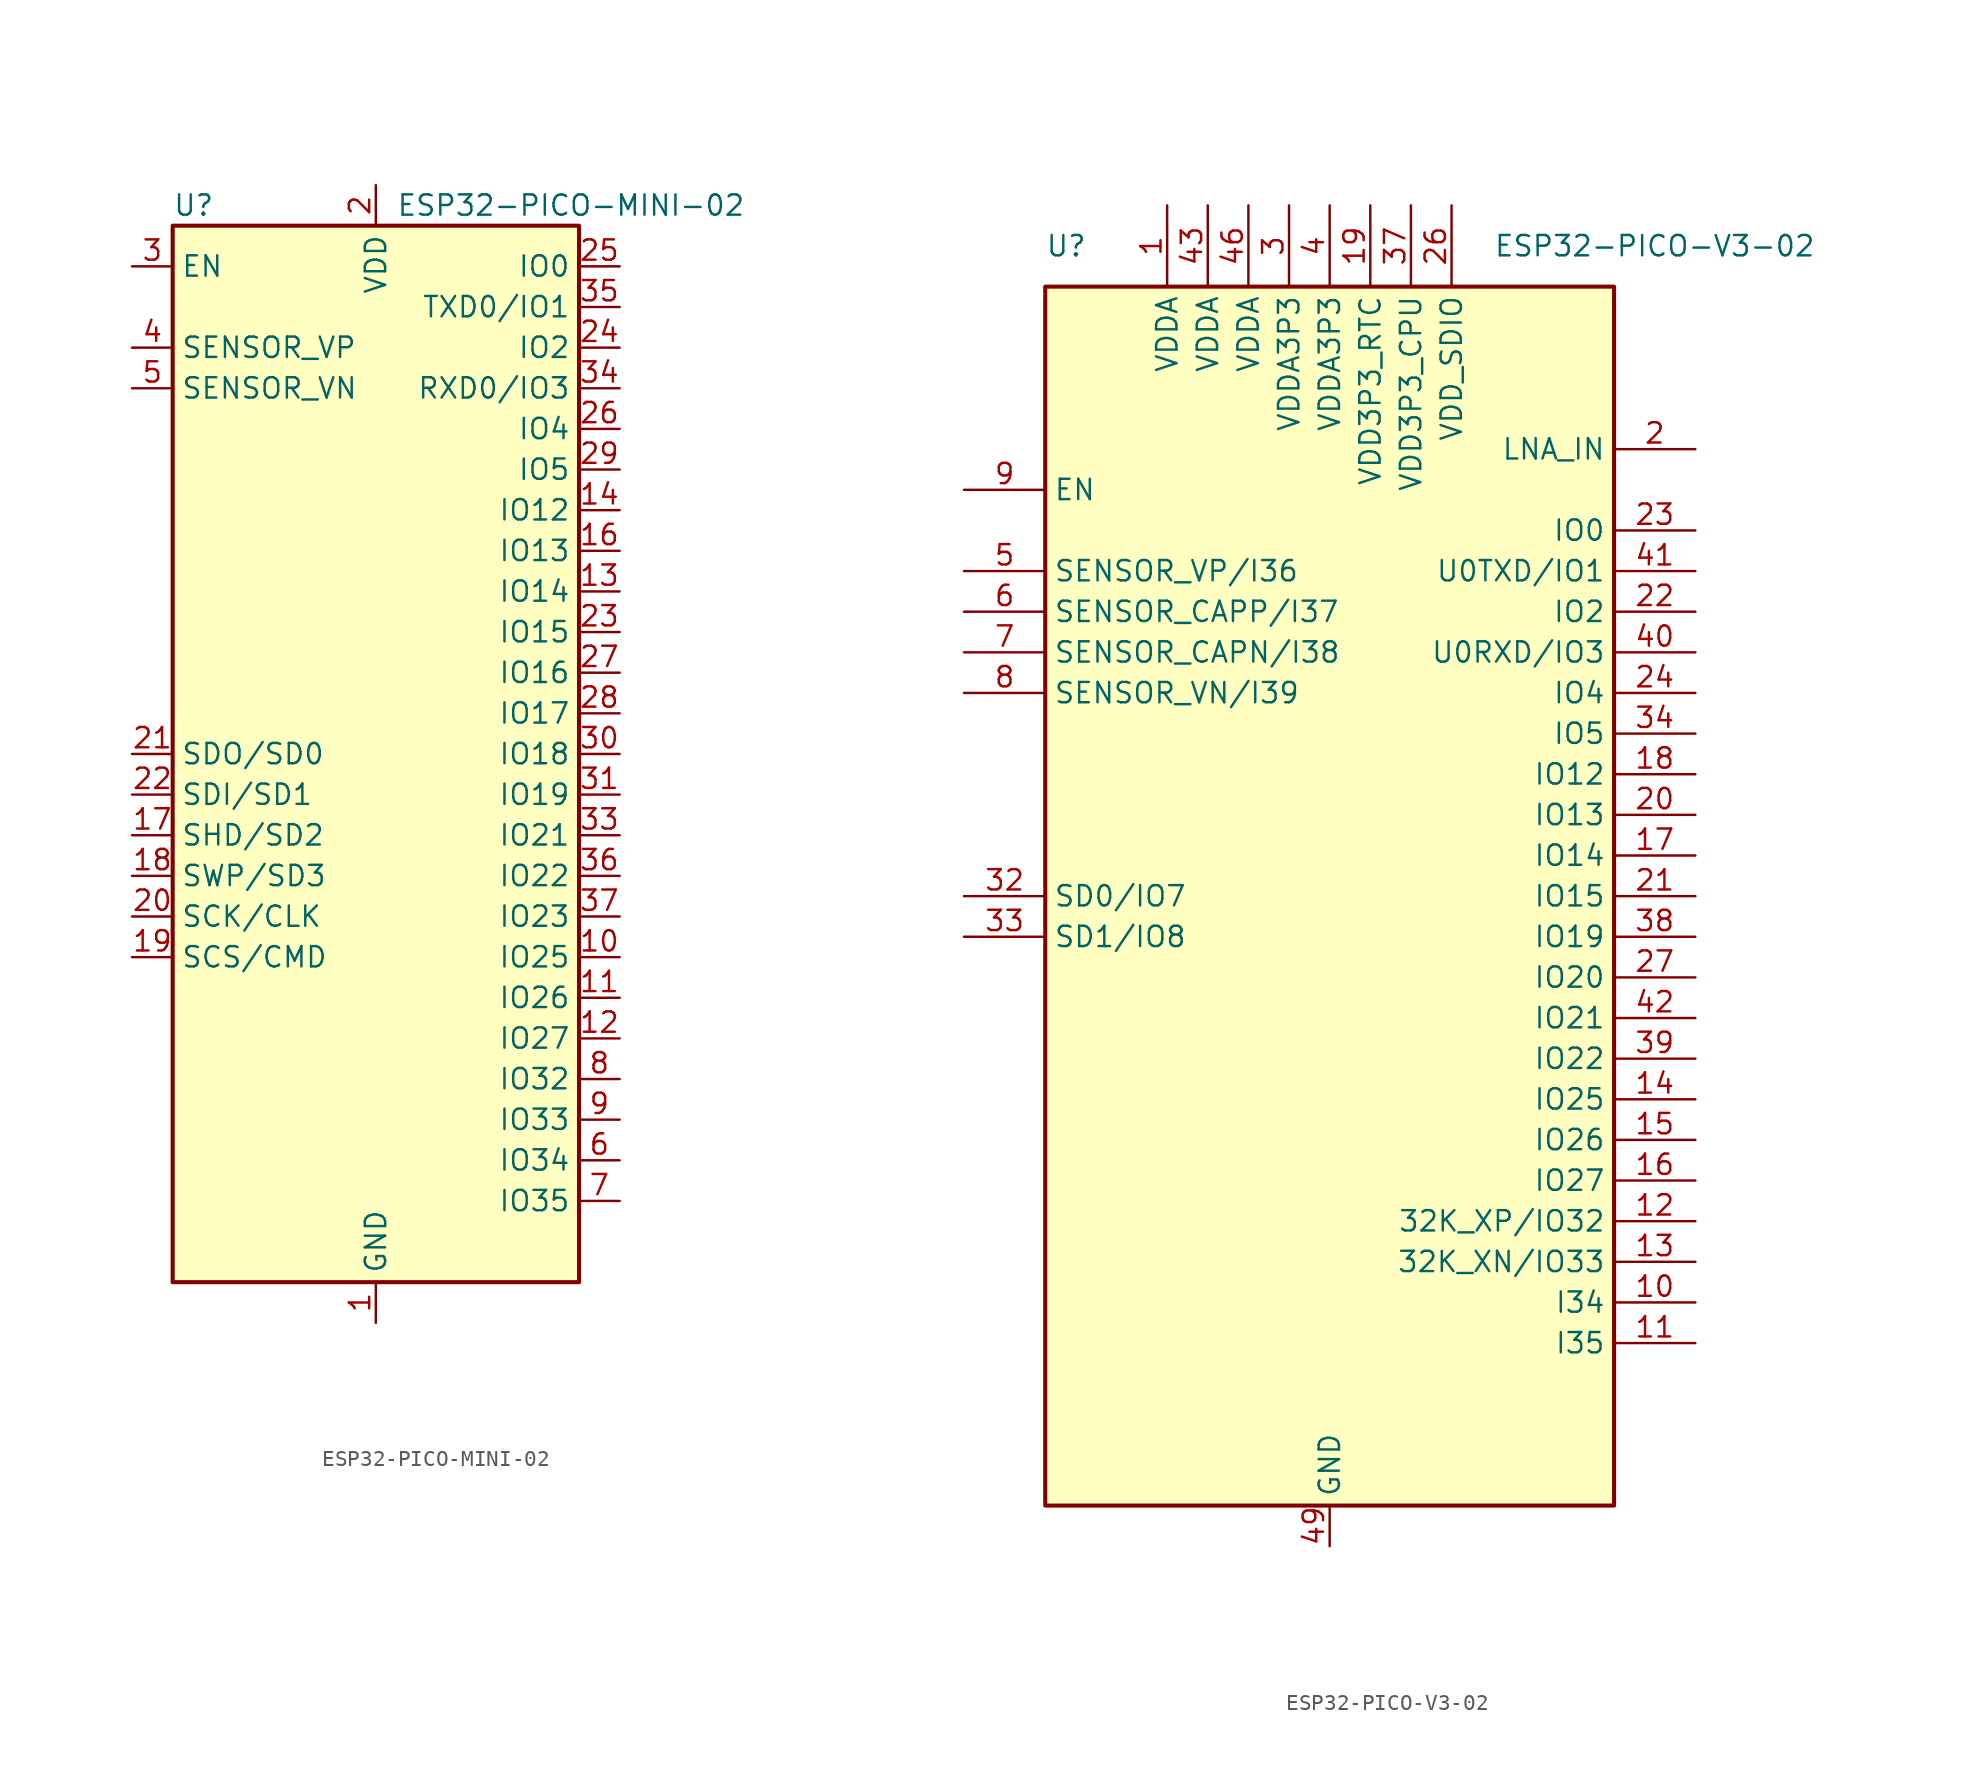
<source format=kicad_sym>
(kicad_symbol_lib
  (version 20201005)
  (generator kicad_symbol_editor)
  (symbol "RF_Module_U:ESP32-PICO-MINI-02"
    (property "Reference" "U"
      (at -12.7 34.29 0)
      (effects (font (size 1.27 1.27)) (justify left)))
    (property "Value" "ESP32-PICO-MINI-02"
      (at 1.27 34.29 0)
      (effects (font (size 1.27 1.27)) (justify left)))
    (symbol "ESP32-PICO-MINI-02_0_1"
      (rectangle (start -12.7 33.02) (end 12.7 -33.02) (stroke (width 0.254)) (fill (type background))))
    (symbol "ESP32-PICO-MINI-02_1_1"
      (pin power_in line (at 0 -35.56 90) (length 2.54) (name "GND" (effects (font (size 1.27 1.27)))) (number "1" (effects (font (size 1.27 1.27)))))
      (pin bidirectional line (at 15.24 -12.7 180) (length 2.54) (name "IO25" (effects (font (size 1.27 1.27)))) (number "10" (effects (font (size 1.27 1.27)))))
      (pin bidirectional line (at 15.24 -15.24 180) (length 2.54) (name "IO26" (effects (font (size 1.27 1.27)))) (number "11" (effects (font (size 1.27 1.27)))))
      (pin bidirectional line (at 15.24 -17.78 180) (length 2.54) (name "IO27" (effects (font (size 1.27 1.27)))) (number "12" (effects (font (size 1.27 1.27)))))
      (pin bidirectional line (at 15.24 10.16 180) (length 2.54) (name "IO14" (effects (font (size 1.27 1.27)))) (number "13" (effects (font (size 1.27 1.27)))))
      (pin bidirectional line (at 15.24 15.24 180) (length 2.54) (name "IO12" (effects (font (size 1.27 1.27)))) (number "14" (effects (font (size 1.27 1.27)))))
      (pin passive line (at 0 -35.56 90) (length 2.54) hide (name "GND" (effects (font (size 1.27 1.27)))) (number "15" (effects (font (size 1.27 1.27)))))
      (pin bidirectional line (at 15.24 12.7 180) (length 2.54) (name "IO13" (effects (font (size 1.27 1.27)))) (number "16" (effects (font (size 1.27 1.27)))))
      (pin bidirectional line (at -15.24 -5.08 0) (length 2.54) (name "SHD/SD2" (effects (font (size 1.27 1.27)))) (number "17" (effects (font (size 1.27 1.27)))))
      (pin bidirectional line (at -15.24 -7.62 0) (length 2.54) (name "SWP/SD3" (effects (font (size 1.27 1.27)))) (number "18" (effects (font (size 1.27 1.27)))))
      (pin bidirectional line (at -15.24 -12.7 0) (length 2.54) (name "SCS/CMD" (effects (font (size 1.27 1.27)))) (number "19" (effects (font (size 1.27 1.27)))))
      (pin power_in line (at 0 35.56 270) (length 2.54) (name "VDD" (effects (font (size 1.27 1.27)))) (number "2" (effects (font (size 1.27 1.27)))))
      (pin bidirectional line (at -15.24 -10.16 0) (length 2.54) (name "SCK/CLK" (effects (font (size 1.27 1.27)))) (number "20" (effects (font (size 1.27 1.27)))))
      (pin bidirectional line (at -15.24 0 0) (length 2.54) (name "SDO/SD0" (effects (font (size 1.27 1.27)))) (number "21" (effects (font (size 1.27 1.27)))))
      (pin bidirectional line (at -15.24 -2.54 0) (length 2.54) (name "SDI/SD1" (effects (font (size 1.27 1.27)))) (number "22" (effects (font (size 1.27 1.27)))))
      (pin bidirectional line (at 15.24 7.62 180) (length 2.54) (name "IO15" (effects (font (size 1.27 1.27)))) (number "23" (effects (font (size 1.27 1.27)))))
      (pin bidirectional line (at 15.24 25.4 180) (length 2.54) (name "IO2" (effects (font (size 1.27 1.27)))) (number "24" (effects (font (size 1.27 1.27)))))
      (pin bidirectional line (at 15.24 30.48 180) (length 2.54) (name "IO0" (effects (font (size 1.27 1.27)))) (number "25" (effects (font (size 1.27 1.27)))))
      (pin bidirectional line (at 15.24 20.32 180) (length 2.54) (name "IO4" (effects (font (size 1.27 1.27)))) (number "26" (effects (font (size 1.27 1.27)))))
      (pin bidirectional line (at 15.24 5.08 180) (length 2.54) (name "IO16" (effects (font (size 1.27 1.27)))) (number "27" (effects (font (size 1.27 1.27)))))
      (pin bidirectional line (at 15.24 2.54 180) (length 2.54) (name "IO17" (effects (font (size 1.27 1.27)))) (number "28" (effects (font (size 1.27 1.27)))))
      (pin bidirectional line (at 15.24 17.78 180) (length 2.54) (name "IO5" (effects (font (size 1.27 1.27)))) (number "29" (effects (font (size 1.27 1.27)))))
      (pin input line (at -15.24 30.48 0) (length 2.54) (name "EN" (effects (font (size 1.27 1.27)))) (number "3" (effects (font (size 1.27 1.27)))))
      (pin bidirectional line (at 15.24 0 180) (length 2.54) (name "IO18" (effects (font (size 1.27 1.27)))) (number "30" (effects (font (size 1.27 1.27)))))
      (pin bidirectional line (at 15.24 -2.54 180) (length 2.54) (name "IO19" (effects (font (size 1.27 1.27)))) (number "31" (effects (font (size 1.27 1.27)))))
      (pin no_connect line (at -12.7 -27.94 0) (length 2.54) hide (name "NC" (effects (font (size 1.27 1.27)))) (number "32" (effects (font (size 1.27 1.27)))))
      (pin bidirectional line (at 15.24 -5.08 180) (length 2.54) (name "IO21" (effects (font (size 1.27 1.27)))) (number "33" (effects (font (size 1.27 1.27)))))
      (pin bidirectional line (at 15.24 22.86 180) (length 2.54) (name "RXD0/IO3" (effects (font (size 1.27 1.27)))) (number "34" (effects (font (size 1.27 1.27)))))
      (pin bidirectional line (at 15.24 27.94 180) (length 2.54) (name "TXD0/IO1" (effects (font (size 1.27 1.27)))) (number "35" (effects (font (size 1.27 1.27)))))
      (pin bidirectional line (at 15.24 -7.62 180) (length 2.54) (name "IO22" (effects (font (size 1.27 1.27)))) (number "36" (effects (font (size 1.27 1.27)))))
      (pin bidirectional line (at 15.24 -10.16 180) (length 2.54) (name "IO23" (effects (font (size 1.27 1.27)))) (number "37" (effects (font (size 1.27 1.27)))))
      (pin passive line (at 0 -35.56 90) (length 2.54) hide (name "GND" (effects (font (size 1.27 1.27)))) (number "38" (effects (font (size 1.27 1.27)))))
      (pin passive line (at 0 -35.56 90) (length 2.54) hide (name "GND" (effects (font (size 1.27 1.27)))) (number "39" (effects (font (size 1.27 1.27)))))
      (pin input line (at -15.24 25.4 0) (length 2.54) (name "SENSOR_VP" (effects (font (size 1.27 1.27)))) (number "4" (effects (font (size 1.27 1.27)))))
      (pin input line (at -15.24 22.86 0) (length 2.54) (name "SENSOR_VN" (effects (font (size 1.27 1.27)))) (number "5" (effects (font (size 1.27 1.27)))))
      (pin input line (at 15.24 -25.4 180) (length 2.54) (name "IO34" (effects (font (size 1.27 1.27)))) (number "6" (effects (font (size 1.27 1.27)))))
      (pin input line (at 15.24 -27.94 180) (length 2.54) (name "IO35" (effects (font (size 1.27 1.27)))) (number "7" (effects (font (size 1.27 1.27)))))
      (pin bidirectional line (at 15.24 -20.32 180) (length 2.54) (name "IO32" (effects (font (size 1.27 1.27)))) (number "8" (effects (font (size 1.27 1.27)))))
      (pin bidirectional line (at 15.24 -22.86 180) (length 2.54) (name "IO33" (effects (font (size 1.27 1.27)))) (number "9" (effects (font (size 1.27 1.27)))))))
  (symbol "RF_Module_U:ESP32-PICO-V3-02"
    (property "Reference" "U"
      (at -17.78 40.64 0)
      (effects (font (size 1.27 1.27)) (justify left)))
    (property "Value" "ESP32-PICO-V3-02"
      (at 20.32 40.64 0)
      (effects (font (size 1.27 1.27))))
    (symbol "ESP32-PICO-V3-02_0_0"
      (pin power_in line (at -10.16 43.18 270) (length 5.08) (name "VDDA" (effects (font (size 1.27 1.27)))) (number "1" (effects (font (size 1.27 1.27)))))
      (pin input line (at 22.86 -25.4 180) (length 5.08) (name "I34" (effects (font (size 1.27 1.27)))) (number "10" (effects (font (size 1.27 1.27)))))
      (pin input line (at 22.86 -27.94 180) (length 5.08) (name "I35" (effects (font (size 1.27 1.27)))) (number "11" (effects (font (size 1.27 1.27)))))
      (pin bidirectional line (at 22.86 -20.32 180) (length 5.08) (name "32K_XP/IO32" (effects (font (size 1.27 1.27)))) (number "12" (effects (font (size 1.27 1.27)))))
      (pin bidirectional line (at 22.86 -22.86 180) (length 5.08) (name "32K_XN/IO33" (effects (font (size 1.27 1.27)))) (number "13" (effects (font (size 1.27 1.27)))))
      (pin bidirectional line (at 22.86 -12.7 180) (length 5.08) (name "IO25" (effects (font (size 1.27 1.27)))) (number "14" (effects (font (size 1.27 1.27)))))
      (pin bidirectional line (at 22.86 -15.24 180) (length 5.08) (name "IO26" (effects (font (size 1.27 1.27)))) (number "15" (effects (font (size 1.27 1.27)))))
      (pin bidirectional line (at 22.86 -17.78 180) (length 5.08) (name "IO27" (effects (font (size 1.27 1.27)))) (number "16" (effects (font (size 1.27 1.27)))))
      (pin bidirectional line (at 22.86 2.54 180) (length 5.08) (name "IO14" (effects (font (size 1.27 1.27)))) (number "17" (effects (font (size 1.27 1.27)))))
      (pin bidirectional line (at 22.86 7.62 180) (length 5.08) (name "IO12" (effects (font (size 1.27 1.27)))) (number "18" (effects (font (size 1.27 1.27)))))
      (pin power_in line (at 2.54 43.18 270) (length 5.08) (name "VDD3P3_RTC" (effects (font (size 1.27 1.27)))) (number "19" (effects (font (size 1.27 1.27)))))
      (pin bidirectional line (at 22.86 27.94 180) (length 5.08) (name "LNA_IN" (effects (font (size 1.27 1.27)))) (number "2" (effects (font (size 1.27 1.27)))))
      (pin bidirectional line (at 22.86 5.08 180) (length 5.08) (name "IO13" (effects (font (size 1.27 1.27)))) (number "20" (effects (font (size 1.27 1.27)))))
      (pin bidirectional line (at 22.86 0 180) (length 5.08) (name "IO15" (effects (font (size 1.27 1.27)))) (number "21" (effects (font (size 1.27 1.27)))))
      (pin bidirectional line (at 22.86 17.78 180) (length 5.08) (name "IO2" (effects (font (size 1.27 1.27)))) (number "22" (effects (font (size 1.27 1.27)))))
      (pin bidirectional line (at 22.86 22.86 180) (length 5.08) (name "IO0" (effects (font (size 1.27 1.27)))) (number "23" (effects (font (size 1.27 1.27)))))
      (pin bidirectional line (at 22.86 12.7 180) (length 5.08) (name "IO4" (effects (font (size 1.27 1.27)))) (number "24" (effects (font (size 1.27 1.27)))))
      (pin no_connect line (at -17.78 -17.78 0) (length 5.08) hide (name "NC" (effects (font (size 1.27 1.27)))) (number "25" (effects (font (size 1.27 1.27)))))
      (pin power_out line (at 7.62 43.18 270) (length 5.08) (name "VDD_SDIO" (effects (font (size 1.27 1.27)))) (number "26" (effects (font (size 1.27 1.27)))))
      (pin bidirectional line (at 22.86 -5.08 180) (length 5.08) (name "IO20" (effects (font (size 1.27 1.27)))) (number "27" (effects (font (size 1.27 1.27)))))
      (pin no_connect line (at -17.78 -10.16 0) (length 5.08) hide (name "SD2/IO9" (effects (font (size 1.27 1.27)))) (number "28" (effects (font (size 1.27 1.27)))))
      (pin no_connect line (at -17.78 -12.7 0) (length 5.08) hide (name "SD3/IO10" (effects (font (size 1.27 1.27)))) (number "29" (effects (font (size 1.27 1.27)))))
      (pin power_in line (at -2.54 43.18 270) (length 5.08) (name "VDDA3P3" (effects (font (size 1.27 1.27)))) (number "3" (effects (font (size 1.27 1.27)))))
      (pin no_connect line (at -17.78 -7.62 0) (length 5.08) hide (name "CMD/IO11" (effects (font (size 1.27 1.27)))) (number "30" (effects (font (size 1.27 1.27)))))
      (pin no_connect line (at -17.78 -5.08 0) (length 5.08) hide (name "CLK/IO6" (effects (font (size 1.27 1.27)))) (number "31" (effects (font (size 1.27 1.27)))))
      (pin bidirectional line (at -22.86 0 0) (length 5.08) (name "SD0/IO7" (effects (font (size 1.27 1.27)))) (number "32" (effects (font (size 1.27 1.27)))))
      (pin bidirectional line (at -22.86 -2.54 0) (length 5.08) (name "SD1/IO8" (effects (font (size 1.27 1.27)))) (number "33" (effects (font (size 1.27 1.27)))))
      (pin bidirectional line (at 22.86 10.16 180) (length 5.08) (name "IO5" (effects (font (size 1.27 1.27)))) (number "34" (effects (font (size 1.27 1.27)))))
      (pin no_connect line (at -17.78 -20.32 0) (length 5.08) hide (name "NC" (effects (font (size 1.27 1.27)))) (number "35" (effects (font (size 1.27 1.27)))))
      (pin no_connect line (at -17.78 -22.86 0) (length 5.08) hide (name "NC" (effects (font (size 1.27 1.27)))) (number "36" (effects (font (size 1.27 1.27)))))
      (pin power_in line (at 5.08 43.18 270) (length 5.08) (name "VDD3P3_CPU" (effects (font (size 1.27 1.27)))) (number "37" (effects (font (size 1.27 1.27)))))
      (pin bidirectional line (at 22.86 -2.54 180) (length 5.08) (name "IO19" (effects (font (size 1.27 1.27)))) (number "38" (effects (font (size 1.27 1.27)))))
      (pin bidirectional line (at 22.86 -10.16 180) (length 5.08) (name "IO22" (effects (font (size 1.27 1.27)))) (number "39" (effects (font (size 1.27 1.27)))))
      (pin passive line (at 0 43.18 270) (length 5.08) (name "VDDA3P3" (effects (font (size 1.27 1.27)))) (number "4" (effects (font (size 1.27 1.27)))))
      (pin bidirectional line (at 22.86 15.24 180) (length 5.08) (name "U0RXD/IO3" (effects (font (size 1.27 1.27)))) (number "40" (effects (font (size 1.27 1.27)))))
      (pin bidirectional line (at 22.86 20.32 180) (length 5.08) (name "U0TXD/IO1" (effects (font (size 1.27 1.27)))) (number "41" (effects (font (size 1.27 1.27)))))
      (pin bidirectional line (at 22.86 -7.62 180) (length 5.08) (name "IO21" (effects (font (size 1.27 1.27)))) (number "42" (effects (font (size 1.27 1.27)))))
      (pin passive line (at -7.62 43.18 270) (length 5.08) (name "VDDA" (effects (font (size 1.27 1.27)))) (number "43" (effects (font (size 1.27 1.27)))))
      (pin no_connect line (at -17.78 -25.4 0) (length 5.08) hide (name "NC" (effects (font (size 1.27 1.27)))) (number "44" (effects (font (size 1.27 1.27)))))
      (pin no_connect line (at -17.78 -27.94 0) (length 5.08) hide (name "NC" (effects (font (size 1.27 1.27)))) (number "45" (effects (font (size 1.27 1.27)))))
      (pin passive line (at -5.08 43.18 270) (length 5.08) (name "VDDA" (effects (font (size 1.27 1.27)))) (number "46" (effects (font (size 1.27 1.27)))))
      (pin no_connect line (at -17.78 -30.48 0) (length 5.08) hide (name "NC" (effects (font (size 1.27 1.27)))) (number "47" (effects (font (size 1.27 1.27)))))
      (pin no_connect line (at -17.78 -33.02 0) (length 5.08) hide (name "NC" (effects (font (size 1.27 1.27)))) (number "48" (effects (font (size 1.27 1.27)))))
      (pin power_in line (at 0 -40.64 90) (length 2.54) (name "GND" (effects (font (size 1.27 1.27)))) (number "49" (effects (font (size 1.27 1.27)))))
      (pin input line (at -22.86 20.32 0) (length 5.08) (name "SENSOR_VP/I36" (effects (font (size 1.27 1.27)))) (number "5" (effects (font (size 1.27 1.27)))))
      (pin input line (at -22.86 17.78 0) (length 5.08) (name "SENSOR_CAPP/I37" (effects (font (size 1.27 1.27)))) (number "6" (effects (font (size 1.27 1.27)))))
      (pin input line (at -22.86 15.24 0) (length 5.08) (name "SENSOR_CAPN/I38" (effects (font (size 1.27 1.27)))) (number "7" (effects (font (size 1.27 1.27)))))
      (pin input line (at -22.86 12.7 0) (length 5.08) (name "SENSOR_VN/I39" (effects (font (size 1.27 1.27)))) (number "8" (effects (font (size 1.27 1.27)))))
      (pin input line (at -22.86 25.4 0) (length 5.08) (name "EN" (effects (font (size 1.27 1.27)))) (number "9" (effects (font (size 1.27 1.27))))))
    (symbol "ESP32-PICO-V3-02_0_1"
      (rectangle (start -17.78 38.1) (end 17.78 -38.1) (stroke (width 0.254)) (fill (type background))))))
</source>
